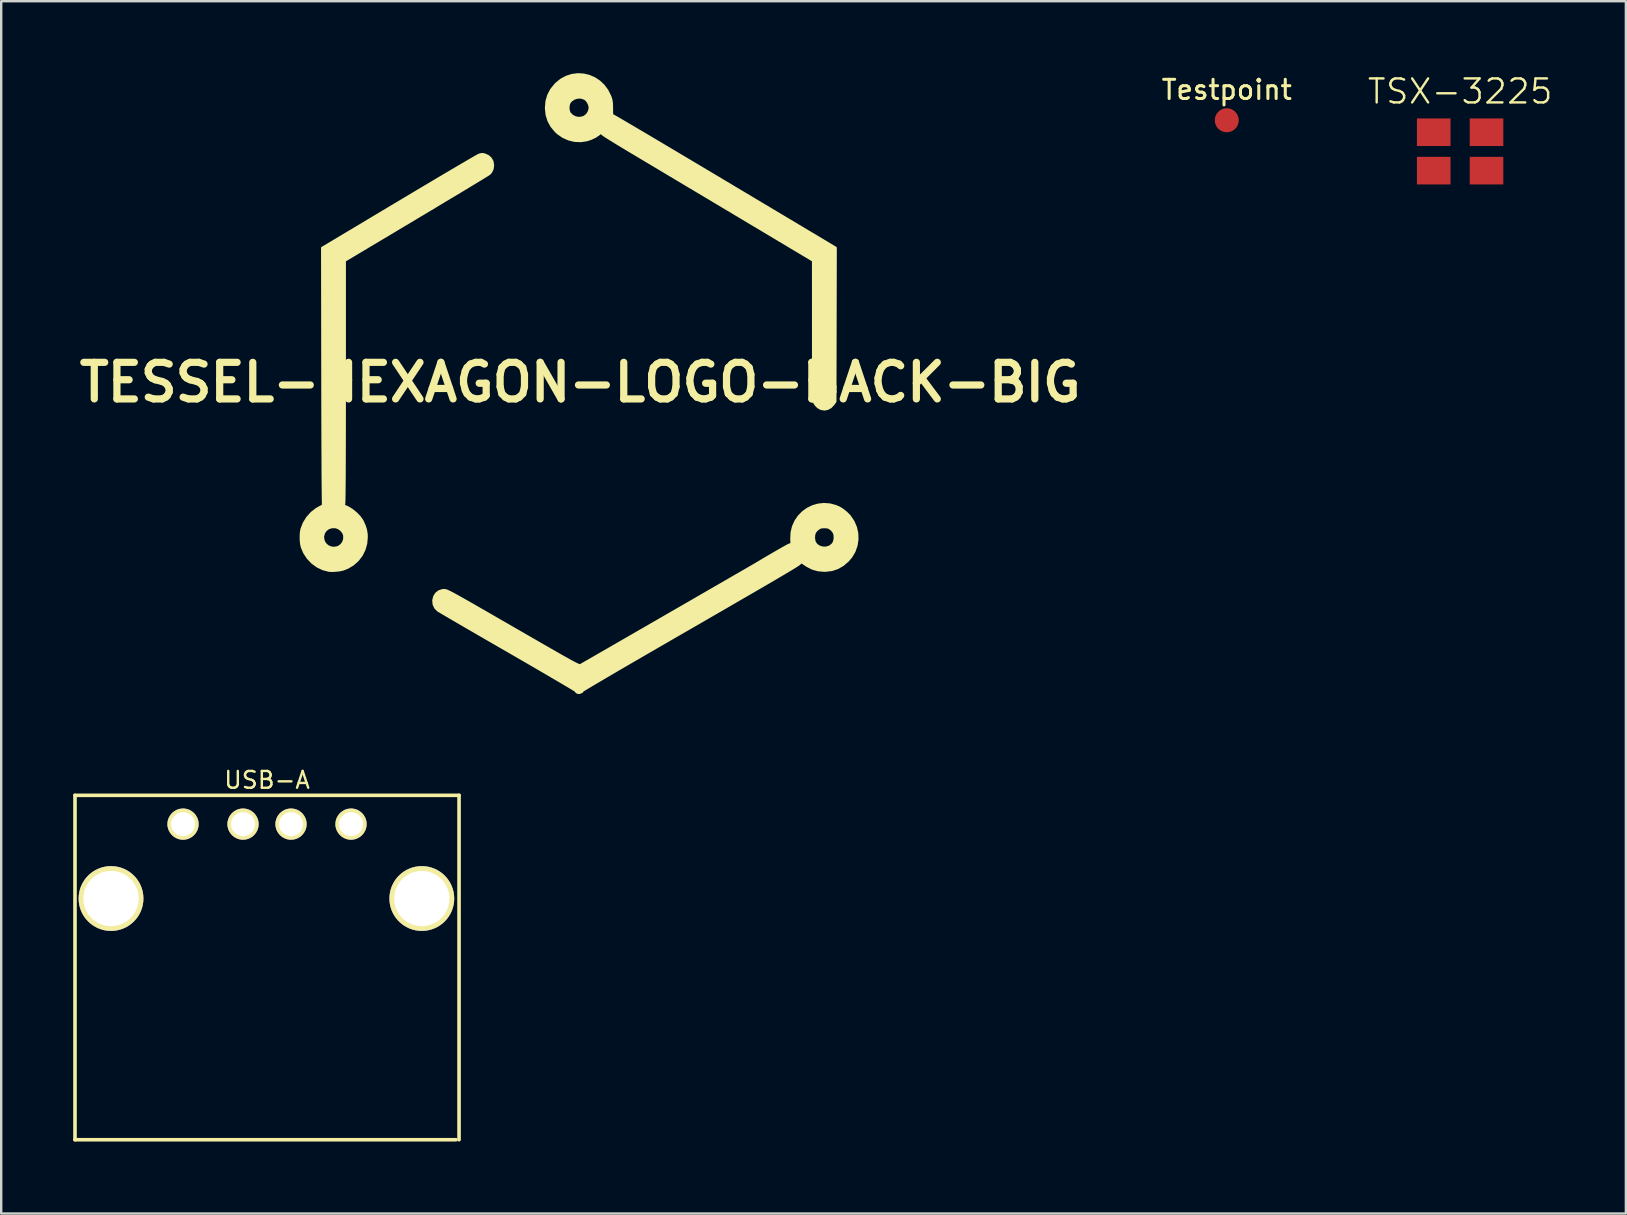
<source format=kicad_pcb>
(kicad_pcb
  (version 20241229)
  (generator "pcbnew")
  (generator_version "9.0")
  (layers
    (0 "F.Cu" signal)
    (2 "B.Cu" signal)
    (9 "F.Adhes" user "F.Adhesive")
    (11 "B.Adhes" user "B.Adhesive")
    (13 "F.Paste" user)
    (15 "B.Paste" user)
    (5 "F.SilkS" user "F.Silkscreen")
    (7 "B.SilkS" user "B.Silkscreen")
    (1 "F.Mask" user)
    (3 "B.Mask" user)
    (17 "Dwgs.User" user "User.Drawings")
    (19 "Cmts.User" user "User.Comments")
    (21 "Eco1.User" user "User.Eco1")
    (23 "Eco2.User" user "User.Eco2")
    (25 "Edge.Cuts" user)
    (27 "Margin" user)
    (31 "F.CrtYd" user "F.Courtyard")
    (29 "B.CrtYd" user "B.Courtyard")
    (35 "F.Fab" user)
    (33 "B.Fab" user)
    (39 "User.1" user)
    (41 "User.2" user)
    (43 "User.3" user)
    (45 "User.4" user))
  (footprint "USB-A"
    (layer "F.Cu")
    (at 8.076 31.359)
    (property "Reference" "USB-A" (at 0 -1.905 180) (layer "F.SilkS") (effects (font (size 0.7 0.7) (thickness 0.1))))
    (attr through_hole)
    (fp_line (start -8.001 -1.27) (end -8.001 13.081) (stroke (width 0.15) (type solid)) (layer "F.SilkS"))
    (fp_line (start -8.001 -1.27) (end 8.001 -1.27) (stroke (width 0.15) (type solid)) (layer "F.SilkS"))
    (fp_line (start -8.001 13.081) (end 7.874 13.081) (stroke (width 0.15) (type solid)) (layer "F.SilkS"))
    (fp_line (start 8.001 -1.27) (end 8.001 13.081) (stroke (width 0.15) (type solid)) (layer "F.SilkS"))
    (pad "1" thru_hole circle (at -3.5 -0.07) (size 1.3 1.3) (drill 1) (layers "*.Cu" "*.Mask" "F.SilkS"))
    (pad "2" thru_hole circle (at -1 -0.07) (size 1.3 1.3) (drill 1) (layers "*.Cu" "*.Mask" "F.SilkS"))
    (pad "3" thru_hole circle (at 1 -0.07) (size 1.3 1.3) (drill 1) (layers "*.Cu" "*.Mask" "F.SilkS"))
    (pad "4" thru_hole circle (at 3.5 -0.07) (size 1.3 1.3) (drill 1) (layers "*.Cu" "*.Mask" "F.SilkS"))
    (pad "5" thru_hole circle (at 6.45 3.03) (size 2.7 2.7) (drill 2.3) (layers "*.Cu" "*.Mask" "F.SilkS"))
    (pad "6" thru_hole circle (at -6.5 3.03) (size 2.7 2.7) (drill 2.3) (layers "*.Cu" "*.Mask" "F.SilkS")))
  (footprint "TESSEL-HEXAGON-LOGO-BACK-BIG"
    (layer "F.Cu")
    (at 21.126 12.882)
    (property "Reference" "TESSEL-HEXAGON-LOGO-BACK-BIG" (at 0 0 0) (layer "F.SilkS") (effects (font (size 1.524 1.524) (thickness 0.3))))
    (attr through_hole)
    (fp_poly (pts (xy 10.642 -5.605) (xy 10.635 -2.404) (xy 10.628 0.798) (xy 10.548 0.911) (xy 10.438 1.028) (xy 10.31 1.1) (xy 10.173 1.125) (xy 10.035 1.102) (xy 9.921 1.041) (xy 9.833 0.959) (xy 9.765 0.862) (xy 9.757 0.847) (xy 9.749 0.828) (xy 9.742 0.806) (xy 9.736 0.777) (xy 9.731 0.739) (xy 9.726 0.689) (xy 9.722 0.623) (xy 9.718 0.539) (xy 9.715 0.433) (xy 9.713 0.302) (xy 9.711 0.144) (xy 9.709 -0.045) (xy 9.708 -0.268) (xy 9.707 -0.529) (xy 9.707 -0.829) (xy 9.706 -1.172) (xy 9.706 -1.562) (xy 9.706 -2.001) (xy 9.706 -2.169) (xy 9.705 -5.074) (xy 6.504 -6.986) (xy 6.101 -7.227) (xy 5.695 -7.469) (xy 5.292 -7.71) (xy 4.894 -7.947) (xy 4.505 -8.179) (xy 4.13 -8.403) (xy 3.773 -8.616) (xy 3.437 -8.817) (xy 3.127 -9.002) (xy 2.846 -9.17) (xy 2.598 -9.317) (xy 2.388 -9.443) (xy 2.219 -9.544) (xy 2.192 -9.559) (xy 1.967 -9.694) (xy 1.751 -9.824) (xy 1.552 -9.945) (xy 1.373 -10.055) (xy 1.22 -10.149) (xy 1.099 -10.226) (xy 1.013 -10.282) (xy 0.969 -10.313) (xy 0.855 -10.405) (xy 0.771 -10.334) (xy 0.623 -10.234) (xy 0.44 -10.148) (xy 0.401 -10.136) (xy 0.401 -11.448) (xy 0.38 -11.563) (xy 0.325 -11.679) (xy 0.248 -11.776) (xy 0.187 -11.822) (xy 0.043 -11.87) (xy -0.107 -11.871) (xy -0.251 -11.828) (xy -0.378 -11.743) (xy -0.439 -11.675) (xy -0.48 -11.583) (xy -0.496 -11.465) (xy -0.488 -11.343) (xy -0.455 -11.239) (xy -0.438 -11.21) (xy -0.326 -11.1) (xy -0.19 -11.033) (xy -0.042 -11.011) (xy 0.109 -11.037) (xy 0.19 -11.074) (xy 0.289 -11.157) (xy 0.362 -11.274) (xy 0.398 -11.405) (xy 0.401 -11.448) (xy 0.401 -10.136) (xy 0.275 -10.095) (xy 0.023 -10.057) (xy -0.232 -10.068) (xy -0.481 -10.128) (xy -0.717 -10.234) (xy -0.931 -10.383) (xy -1.014 -10.46) (xy -1.191 -10.67) (xy -1.316 -10.897) (xy -1.393 -11.144) (xy -1.422 -11.414) (xy -1.422 -11.443) (xy -1.398 -11.717) (xy -1.325 -11.968) (xy -1.203 -12.199) (xy -1.031 -12.411) (xy -1 -12.443) (xy -0.794 -12.61) (xy -0.572 -12.729) (xy -0.339 -12.803) (xy -0.101 -12.832) (xy 0.137 -12.819) (xy 0.369 -12.764) (xy 0.589 -12.669) (xy 0.793 -12.535) (xy 0.974 -12.365) (xy 1.126 -12.159) (xy 1.245 -11.919) (xy 1.273 -11.844) (xy 1.3 -11.74) (xy 1.315 -11.617) (xy 1.32 -11.46) (xy 1.32 -11.412) (xy 1.32 -11.285) (xy 1.323 -11.202) (xy 1.33 -11.153) (xy 1.344 -11.127) (xy 1.367 -11.115) (xy 1.385 -11.11) (xy 1.414 -11.094) (xy 1.487 -11.053) (xy 1.602 -10.987) (xy 1.755 -10.897) (xy 1.946 -10.785) (xy 2.171 -10.653) (xy 2.429 -10.5) (xy 2.718 -10.33) (xy 3.035 -10.142) (xy 3.377 -9.939) (xy 3.744 -9.721) (xy 4.132 -9.49) (xy 4.539 -9.248) (xy 4.963 -8.995) (xy 5.403 -8.733) (xy 5.855 -8.464) (xy 6.047 -8.349) (xy 10.642 -5.605)) (stroke (width 0.1) (type solid)) (fill yes) (layer "F.SilkS"))
    (fp_poly (pts (xy -3.636 -9.051) (xy -3.658 -8.889) (xy -3.723 -8.756) (xy -3.788 -8.687) (xy -3.821 -8.666) (xy -3.896 -8.618) (xy -4.012 -8.547) (xy -4.165 -8.453) (xy -4.354 -8.339) (xy -4.574 -8.206) (xy -4.823 -8.055) (xy -5.098 -7.889) (xy -5.398 -7.71) (xy -5.718 -7.518) (xy -6.055 -7.315) (xy -6.408 -7.104) (xy -6.774 -6.886) (xy -6.84 -6.846) (xy -9.812 -5.072) (xy -9.812 -0.056) (xy -9.813 0.555) (xy -9.813 1.134) (xy -9.814 1.68) (xy -9.815 2.191) (xy -9.816 2.666) (xy -9.817 3.102) (xy -9.819 3.498) (xy -9.82 3.853) (xy -9.822 4.165) (xy -9.825 4.433) (xy -9.827 4.655) (xy -9.83 4.829) (xy -9.833 4.953) (xy -9.836 5.027) (xy -9.838 5.048) (xy -9.851 5.111) (xy -9.839 5.141) (xy -9.818 5.151) (xy -9.654 5.225) (xy -9.486 5.334) (xy -9.325 5.468) (xy -9.187 5.614) (xy -9.084 5.762) (xy -9.073 5.784) (xy -8.987 5.973) (xy -8.933 6.143) (xy -8.905 6.314) (xy -8.9 6.446) (xy -8.924 6.717) (xy -8.996 6.971) (xy -9.113 7.204) (xy -9.27 7.409) (xy -9.465 7.583) (xy -9.692 7.719) (xy -9.826 7.772) (xy -9.826 6.519) (xy -9.828 6.372) (xy -9.829 6.37) (xy -9.873 6.257) (xy -9.957 6.155) (xy -10.066 6.074) (xy -10.185 6.03) (xy -10.195 6.029) (xy -10.351 6.028) (xy -10.489 6.072) (xy -10.601 6.154) (xy -10.68 6.268) (xy -10.719 6.407) (xy -10.721 6.457) (xy -10.698 6.602) (xy -10.632 6.724) (xy -10.533 6.818) (xy -10.411 6.879) (xy -10.273 6.902) (xy -10.128 6.88) (xy -10.063 6.855) (xy -9.949 6.773) (xy -9.868 6.657) (xy -9.826 6.519) (xy -9.826 7.772) (xy -9.89 7.796) (xy -9.998 7.821) (xy -10.134 7.839) (xy -10.277 7.849) (xy -10.404 7.849) (xy -10.467 7.844) (xy -10.719 7.779) (xy -10.953 7.667) (xy -11.164 7.513) (xy -11.346 7.322) (xy -11.493 7.1) (xy -11.591 6.871) (xy -11.622 6.738) (xy -11.638 6.574) (xy -11.641 6.399) (xy -11.63 6.234) (xy -11.606 6.109) (xy -11.511 5.865) (xy -11.371 5.639) (xy -11.193 5.441) (xy -10.986 5.28) (xy -10.873 5.215) (xy -10.781 5.167) (xy -10.728 5.132) (xy -10.708 5.104) (xy -10.711 5.073) (xy -10.713 5.068) (xy -10.715 5.037) (xy -10.717 4.954) (xy -10.719 4.823) (xy -10.721 4.646) (xy -10.723 4.426) (xy -10.726 4.165) (xy -10.728 3.867) (xy -10.73 3.532) (xy -10.731 3.166) (xy -10.733 2.768) (xy -10.735 2.343) (xy -10.736 1.893) (xy -10.738 1.421) (xy -10.739 0.928) (xy -10.74 0.418) (xy -10.741 -0.107) (xy -10.741 -0.295) (xy -10.749 -5.602) (xy -7.551 -7.513) (xy -7.169 -7.741) (xy -6.799 -7.962) (xy -6.442 -8.174) (xy -6.103 -8.376) (xy -5.782 -8.566) (xy -5.484 -8.743) (xy -5.21 -8.904) (xy -4.965 -9.048) (xy -4.749 -9.175) (xy -4.567 -9.281) (xy -4.42 -9.366) (xy -4.312 -9.427) (xy -4.246 -9.464) (xy -4.226 -9.474) (xy -4.135 -9.503) (xy -4.063 -9.507) (xy -3.989 -9.493) (xy -3.843 -9.429) (xy -3.732 -9.33) (xy -3.661 -9.202) (xy -3.636 -9.051) (xy -3.636 -9.051)) (stroke (width 0.1) (type solid)) (fill yes) (layer "F.SilkS"))
    (fp_poly (pts (xy 11.546 6.544) (xy 11.508 6.794) (xy 11.425 7.034) (xy 11.295 7.258) (xy 11.156 7.424) (xy 10.949 7.603) (xy 10.728 7.732) (xy 10.609 7.771) (xy 10.609 6.496) (xy 10.604 6.351) (xy 10.561 6.235) (xy 10.474 6.135) (xy 10.436 6.104) (xy 10.369 6.06) (xy 10.302 6.037) (xy 10.212 6.03) (xy 10.173 6.029) (xy 10.071 6.033) (xy 9.999 6.05) (xy 9.934 6.087) (xy 9.911 6.104) (xy 9.84 6.168) (xy 9.783 6.238) (xy 9.772 6.256) (xy 9.741 6.361) (xy 9.735 6.489) (xy 9.754 6.614) (xy 9.776 6.674) (xy 9.851 6.775) (xy 9.961 6.848) (xy 10.092 6.889) (xy 10.23 6.895) (xy 10.362 6.86) (xy 10.397 6.843) (xy 10.507 6.762) (xy 10.574 6.662) (xy 10.606 6.531) (xy 10.609 6.496) (xy 10.609 7.771) (xy 10.491 7.811) (xy 10.231 7.843) (xy 10.173 7.844) (xy 9.919 7.824) (xy 9.687 7.76) (xy 9.465 7.649) (xy 9.392 7.602) (xy 9.218 7.482) (xy 9.148 7.549) (xy 9.128 7.566) (xy 9.098 7.588) (xy 9.057 7.616) (xy 9.001 7.653) (xy 8.929 7.698) (xy 8.84 7.753) (xy 8.731 7.818) (xy 8.601 7.896) (xy 8.449 7.986) (xy 8.272 8.09) (xy 8.069 8.21) (xy 7.838 8.345) (xy 7.577 8.497) (xy 7.284 8.667) (xy 6.958 8.856) (xy 6.597 9.065) (xy 6.199 9.296) (xy 5.763 9.548) (xy 5.286 9.824) (xy 4.767 10.124) (xy 4.204 10.449) (xy 3.964 10.587) (xy 3.543 10.831) (xy 3.134 11.067) (xy 2.741 11.295) (xy 2.366 11.513) (xy 2.01 11.719) (xy 1.677 11.913) (xy 1.369 12.093) (xy 1.088 12.258) (xy 0.837 12.406) (xy 0.617 12.535) (xy 0.432 12.645) (xy 0.284 12.734) (xy 0.174 12.8) (xy 0.106 12.843) (xy 0.081 12.861) (xy 0.081 12.861) (xy 0.08 12.882) (xy 0.04 12.909) (xy 0.04 12.909) (xy -0.039 12.936) (xy -0.101 12.931) (xy -0.141 12.911) (xy -0.174 12.88) (xy -0.175 12.862) (xy -0.196 12.846) (xy -0.26 12.805) (xy -0.366 12.741) (xy -0.509 12.655) (xy -0.688 12.549) (xy -0.899 12.425) (xy -1.14 12.284) (xy -1.407 12.127) (xy -1.699 11.957) (xy -2.012 11.775) (xy -2.343 11.583) (xy -2.69 11.382) (xy -3.002 11.202) (xy -3.362 10.994) (xy -3.711 10.793) (xy -4.045 10.6) (xy -4.361 10.417) (xy -4.657 10.245) (xy -4.929 10.087) (xy -5.175 9.944) (xy -5.391 9.818) (xy -5.575 9.71) (xy -5.724 9.623) (xy -5.835 9.557) (xy -5.905 9.515) (xy -5.929 9.5) (xy -6.037 9.388) (xy -6.101 9.25) (xy -6.116 9.095) (xy -6.115 9.074) (xy -6.075 8.92) (xy -5.996 8.797) (xy -5.883 8.71) (xy -5.743 8.664) (xy -5.666 8.659) (xy -5.644 8.66) (xy -5.619 8.663) (xy -5.59 8.671) (xy -5.552 8.685) (xy -5.505 8.705) (xy -5.445 8.733) (xy -5.369 8.772) (xy -5.276 8.821) (xy -5.161 8.884) (xy -5.024 8.96) (xy -4.861 9.052) (xy -4.67 9.16) (xy -4.448 9.287) (xy -4.192 9.434) (xy -3.901 9.601) (xy -3.571 9.792) (xy -3.199 10.006) (xy -2.793 10.24) (xy -2.378 10.48) (xy -2.006 10.694) (xy -1.676 10.885) (xy -1.384 11.052) (xy -1.129 11.199) (xy -0.908 11.325) (xy -0.718 11.433) (xy -0.556 11.523) (xy -0.422 11.598) (xy -0.311 11.658) (xy -0.222 11.705) (xy -0.151 11.74) (xy -0.097 11.765) (xy -0.057 11.781) (xy -0.029 11.79) (xy -0.009 11.792) (xy 0.004 11.789) (xy 0.005 11.788) (xy 0.036 11.771) (xy 0.11 11.729) (xy 0.224 11.663) (xy 0.375 11.577) (xy 0.56 11.47) (xy 0.776 11.345) (xy 1.021 11.205) (xy 1.29 11.05) (xy 1.58 10.882) (xy 1.89 10.704) (xy 2.215 10.516) (xy 2.553 10.321) (xy 2.9 10.121) (xy 3.254 9.917) (xy 3.611 9.71) (xy 3.969 9.504) (xy 4.324 9.299) (xy 4.673 9.098) (xy 5.013 8.901) (xy 5.342 8.711) (xy 5.655 8.53) (xy 5.951 8.36) (xy 6.225 8.201) (xy 6.476 8.056) (xy 6.699 7.927) (xy 6.892 7.816) (xy 7.051 7.723) (xy 7.174 7.652) (xy 7.258 7.603) (xy 7.299 7.579) (xy 7.563 7.422) (xy 7.809 7.277) (xy 8.035 7.145) (xy 8.235 7.029) (xy 8.406 6.931) (xy 8.545 6.853) (xy 8.647 6.798) (xy 8.708 6.768) (xy 8.716 6.765) (xy 8.81 6.732) (xy 8.801 6.515) (xy 8.814 6.25) (xy 8.874 6.005) (xy 8.975 5.781) (xy 9.111 5.582) (xy 9.279 5.411) (xy 9.472 5.271) (xy 9.686 5.167) (xy 9.916 5.1) (xy 10.157 5.075) (xy 10.403 5.093) (xy 10.65 5.16) (xy 10.804 5.228) (xy 10.941 5.314) (xy 11.083 5.428) (xy 11.209 5.554) (xy 11.234 5.583) (xy 11.382 5.804) (xy 11.483 6.042) (xy 11.538 6.291) (xy 11.546 6.544)) (stroke (width 0.1) (type solid)) (fill yes) (layer "F.SilkS")))
  (footprint "TSX-3225"
    (layer "F.Cu")
    (at 57.789 3.26)
    (property "Reference" "TSX-3225" (at 0 -2.5 0) (layer "F.SilkS") (effects (font (size 1 1) (thickness 0.1))))
    (attr through_hole)
    (pad "1" smd rect (at -1.1 0.8) (size 1.4 1.15) (layers "F.Cu" "F.Mask" "F.Paste"))
    (pad "2" smd rect (at 1.1 0.8) (size 1.4 1.15) (layers "F.Cu" "F.Mask" "F.Paste"))
    (pad "3" smd rect (at 1.1 -0.8) (size 1.4 1.15) (layers "F.Cu" "F.Mask" "F.Paste"))
    (pad "4" smd rect (at -1.1 -0.8) (size 1.4 1.15) (layers "F.Cu" "F.Mask" "F.Paste")))
  (footprint "Testpoint"
    (layer "F.Cu")
    (at 48.066 1.961)
    (property "Reference" "Testpoint" (at 0 -1.27 0) (layer "F.SilkS") (effects (font (size 0.8 0.8) (thickness 0.127))))
    (attr through_hole)
    (pad "~" smd circle (at 0 0) (size 1 1) (layers "F.Cu" "F.Mask")))
  (gr_rect
    (start -3 -3)
    (end 64.696 47.515)
    (stroke (width 0.1) (type default))
    (fill no)
    (layer "Edge.Cuts")))
</source>
